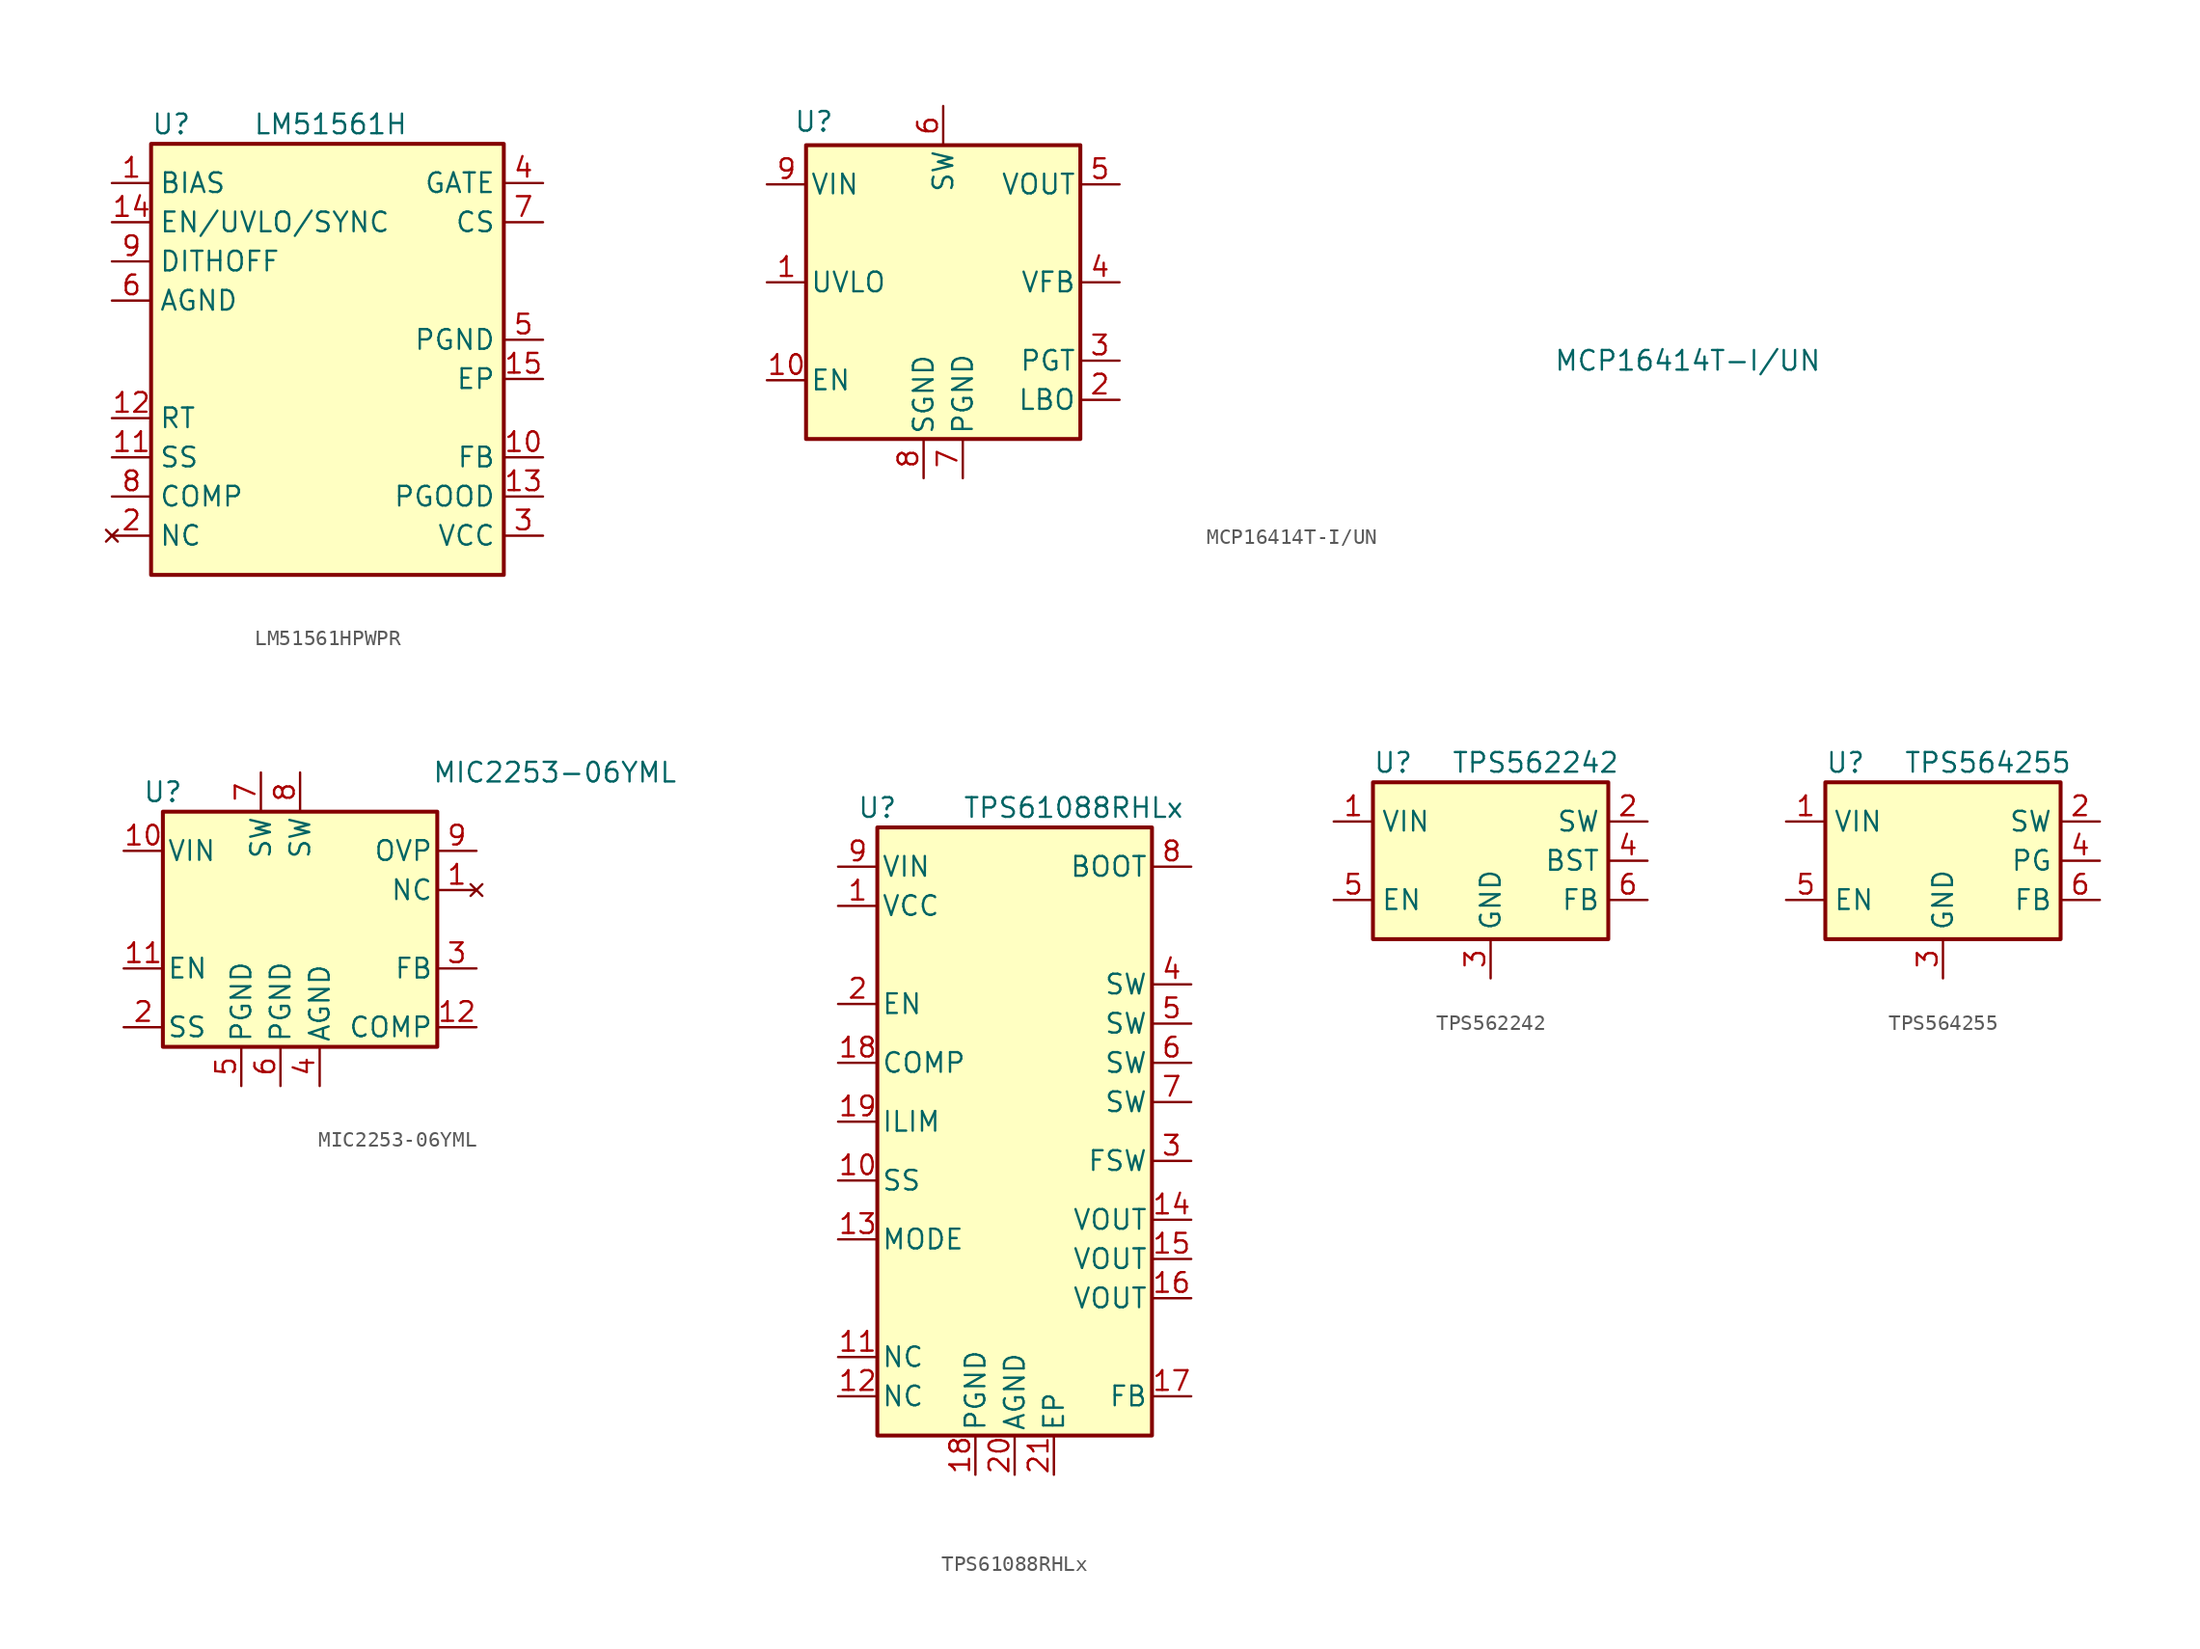
<source format=kicad_sym>
(kicad_symbol_lib
  (version 20241209)
  (generator "kicad_symbol_editor")
  (generator_version "9.0")
  (symbol "LM51561HPWPR"
    (property "Reference" "U"
      (at -11.43 13.97 0)
      (effects (font (size 1.27 1.27)) (justify left)))
    (property "Value" "LM51561H"
      (at -4.826 13.97 0)
      (effects (font (size 1.27 1.27)) (justify left)))
    (symbol "LM51561HPWPR_0_1"
      (rectangle (start -11.43 12.7) (end 11.43 -15.24) (stroke (width 0.254) (type default)) (fill (type background))))
    (symbol "LM51561HPWPR_1_1"
      (pin power_in line (at -13.97 10.16 0) (length 2.54) (name "BIAS" (effects (font (size 1.27 1.27)))) (number "1" (effects (font (size 1.27 1.27)))))
      (pin passive line (at -13.97 7.62 0) (length 2.54) (name "EN/UVLO/SYNC" (effects (font (size 1.27 1.27)))) (number "14" (effects (font (size 1.27 1.27)))))
      (pin passive line (at -13.97 5.08 0) (length 2.54) (name "DITHOFF" (effects (font (size 1.27 1.27)))) (number "9" (effects (font (size 1.27 1.27)))))
      (pin power_out line (at -13.97 2.54 0) (length 2.54) (name "AGND" (effects (font (size 1.27 1.27)))) (number "6" (effects (font (size 1.27 1.27)))))
      (pin passive line (at -13.97 -5.08 0) (length 2.54) (name "RT" (effects (font (size 1.27 1.27)))) (number "12" (effects (font (size 1.27 1.27)))))
      (pin passive line (at -13.97 -7.62 0) (length 2.54) (name "SS" (effects (font (size 1.27 1.27)))) (number "11" (effects (font (size 1.27 1.27)))))
      (pin output line (at -13.97 -10.16 0) (length 2.54) (name "COMP" (effects (font (size 1.27 1.27)))) (number "8" (effects (font (size 1.27 1.27)))))
      (pin no_connect line (at -13.97 -12.7 0) (length 2.54) (name "NC" (effects (font (size 1.27 1.27)))) (number "2" (effects (font (size 1.27 1.27)))))
      (pin output line (at 13.97 10.16 180) (length 2.54) (name "GATE" (effects (font (size 1.27 1.27)))) (number "4" (effects (font (size 1.27 1.27)))))
      (pin passive line (at 13.97 7.62 180) (length 2.54) (name "CS" (effects (font (size 1.27 1.27)))) (number "7" (effects (font (size 1.27 1.27)))))
      (pin power_out line (at 13.97 0 180) (length 2.54) (name "PGND" (effects (font (size 1.27 1.27)))) (number "5" (effects (font (size 1.27 1.27)))))
      (pin power_out line (at 13.97 -2.54 180) (length 2.54) (name "EP" (effects (font (size 1.27 1.27)))) (number "15" (effects (font (size 1.27 1.27)))))
      (pin passive line (at 13.97 -7.62 180) (length 2.54) (name "FB" (effects (font (size 1.27 1.27)))) (number "10" (effects (font (size 1.27 1.27)))))
      (pin open_collector line (at 13.97 -10.16 180) (length 2.54) (name "PGOOD" (effects (font (size 1.27 1.27)))) (number "13" (effects (font (size 1.27 1.27)))))
      (pin power_out line (at 13.97 -12.7 180) (length 2.54) (name "VCC" (effects (font (size 1.27 1.27)))) (number "3" (effects (font (size 1.27 1.27)))))))
  (symbol "MCP16414T-I/UN"
    (pin_names
      (offset 0.254))
    (property "Reference" "U"
      (at -8.382 9.144 0)
      (effects (font (size 1.27 1.27))))
    (property "Value" "MCP16414T-I/UN"
      (at 48.26 -6.35 0)
      (effects (font (size 1.27 1.27))))
    (symbol "MCP16414T-I/UN_0_1"
      (rectangle (start -8.89 7.62) (end 8.89 -11.43) (stroke (width 0.254) (type default)) (fill (type background))))
    (symbol "MCP16414T-I/UN_1_1"
      (pin power_in line (at -11.43 5.08 0) (length 2.54) (name "VIN" (effects (font (size 1.27 1.27)))) (number "9" (effects (font (size 1.27 1.27)))))
      (pin input line (at -11.43 -1.27 0) (length 2.54) (name "UVLO" (effects (font (size 1.27 1.27)))) (number "1" (effects (font (size 1.27 1.27)))))
      (pin input line (at -11.43 -7.62 0) (length 2.54) (name "EN" (effects (font (size 1.27 1.27)))) (number "10" (effects (font (size 1.27 1.27)))))
      (pin power_out line (at -1.27 -13.97 90) (length 2.54) (name "SGND" (effects (font (size 1.27 1.27)))) (number "8" (effects (font (size 1.27 1.27)))))
      (pin passive line (at 0 10.16 270) (length 2.54) (name "SW" (effects (font (size 1.27 1.27)))) (number "6" (effects (font (size 1.27 1.27)))))
      (pin power_out line (at 1.27 -13.97 90) (length 2.54) (name "PGND" (effects (font (size 1.27 1.27)))) (number "7" (effects (font (size 1.27 1.27)))))
      (pin power_out line (at 11.43 5.08 180) (length 2.54) (name "VOUT" (effects (font (size 1.27 1.27)))) (number "5" (effects (font (size 1.27 1.27)))))
      (pin passive line (at 11.43 -1.27 180) (length 2.54) (name "VFB" (effects (font (size 1.27 1.27)))) (number "4" (effects (font (size 1.27 1.27)))))
      (pin open_collector line (at 11.43 -6.35 180) (length 2.54) (name "PGT" (effects (font (size 1.27 1.27)))) (number "3" (effects (font (size 1.27 1.27)))))
      (pin open_collector line (at 11.43 -8.89 180) (length 2.54) (name "LBO" (effects (font (size 1.27 1.27)))) (number "2" (effects (font (size 1.27 1.27)))))))
  (symbol "MIC2253-06YML"
    (pin_names
      (offset 0.254))
    (property "Reference" "U"
      (at -7.62 8.89 0)
      (effects (font (size 1.27 1.27))))
    (property "Value" "MIC2253-06YML"
      (at 17.78 10.16 0)
      (effects (font (size 1.27 1.27))))
    (symbol "MIC2253-06YML_0_1"
      (rectangle (start -7.62 7.62) (end 10.16 -7.62) (stroke (width 0.254) (type default)) (fill (type background))))
    (symbol "MIC2253-06YML_1_1"
      (pin power_in line (at -10.16 5.08 0) (length 2.54) (name "VIN" (effects (font (size 1.27 1.27)))) (number "10" (effects (font (size 1.27 1.27)))))
      (pin input line (at -10.16 -2.54 0) (length 2.54) (name "EN" (effects (font (size 1.27 1.27)))) (number "11" (effects (font (size 1.27 1.27)))))
      (pin passive line (at -10.16 -6.35 0) (length 2.54) (name "SS" (effects (font (size 1.27 1.27)))) (number "2" (effects (font (size 1.27 1.27)))))
      (pin power_out line (at -2.54 -10.16 90) (length 2.54) (name "PGND" (effects (font (size 1.27 1.27)))) (number "5" (effects (font (size 1.27 1.27)))))
      (pin passive line (at -1.27 10.16 270) (length 2.54) (name "SW" (effects (font (size 1.27 1.27)))) (number "7" (effects (font (size 1.27 1.27)))))
      (pin power_out line (at 0 -10.16 90) (length 2.54) (name "PGND" (effects (font (size 1.27 1.27)))) (number "6" (effects (font (size 1.27 1.27)))))
      (pin passive line (at 1.27 10.16 270) (length 2.54) (name "SW" (effects (font (size 1.27 1.27)))) (number "8" (effects (font (size 1.27 1.27)))))
      (pin power_out line (at 2.54 -10.16 90) (length 2.54) (name "AGND" (effects (font (size 1.27 1.27)))) (number "4" (effects (font (size 1.27 1.27)))))
      (pin passive line (at 12.7 5.08 180) (length 2.54) (name "OVP" (effects (font (size 1.27 1.27)))) (number "9" (effects (font (size 1.27 1.27)))))
      (pin no_connect line (at 12.7 2.54 180) (length 2.54) (name "NC" (effects (font (size 1.27 1.27)))) (number "1" (effects (font (size 1.27 1.27)))))
      (pin passive line (at 12.7 -2.54 180) (length 2.54) (name "FB" (effects (font (size 1.27 1.27)))) (number "3" (effects (font (size 1.27 1.27)))))
      (pin passive line (at 12.7 -6.35 180) (length 2.54) (name "COMP" (effects (font (size 1.27 1.27)))) (number "12" (effects (font (size 1.27 1.27)))))))
  (symbol "TPS61088RHLx"
    (pin_names
      (offset 0.254))
    (property "Reference" "U"
      (at -8.89 20.32 0)
      (effects (font (size 1.27 1.27))))
    (property "Value" "TPS61088RHLx"
      (at 3.81 20.32 0)
      (effects (font (size 1.27 1.27))))
    (symbol "TPS61088RHLx_0_1"
      (rectangle (start -8.89 19.05) (end 8.89 -20.32) (stroke (width 0.254) (type default)) (fill (type background))))
    (symbol "TPS61088RHLx_1_1"
      (pin power_in line (at -11.43 16.51 0) (length 2.54) (name "VIN" (effects (font (size 1.27 1.27)))) (number "9" (effects (font (size 1.27 1.27)))))
      (pin power_in line (at -11.43 13.97 0) (length 2.54) (name "VCC" (effects (font (size 1.27 1.27)))) (number "1" (effects (font (size 1.27 1.27)))))
      (pin input line (at -11.43 7.62 0) (length 2.54) (name "EN" (effects (font (size 1.27 1.27)))) (number "2" (effects (font (size 1.27 1.27)))))
      (pin passive line (at -11.43 3.81 0) (length 2.54) (name "COMP" (effects (font (size 1.27 1.27)))) (number "18" (effects (font (size 1.27 1.27)))))
      (pin passive line (at -11.43 0 0) (length 2.54) (name "ILIM" (effects (font (size 1.27 1.27)))) (number "19" (effects (font (size 1.27 1.27)))))
      (pin passive line (at -11.43 -3.81 0) (length 2.54) (name "SS" (effects (font (size 1.27 1.27)))) (number "10" (effects (font (size 1.27 1.27)))))
      (pin passive line (at -11.43 -7.62 0) (length 2.54) (name "MODE" (effects (font (size 1.27 1.27)))) (number "13" (effects (font (size 1.27 1.27)))))
      (pin passive line (at -11.43 -15.24 0) (length 2.54) (name "NC" (effects (font (size 1.27 1.27)))) (number "11" (effects (font (size 1.27 1.27)))))
      (pin passive line (at -11.43 -17.78 0) (length 2.54) (name "NC" (effects (font (size 1.27 1.27)))) (number "12" (effects (font (size 1.27 1.27)))))
      (pin power_in line (at -2.54 -22.86 90) (length 2.54) (name "PGND" (effects (font (size 1.27 1.27)))) (number "18" (effects (font (size 1.27 1.27)))))
      (pin power_in line (at 0 -22.86 90) (length 2.54) (name "AGND" (effects (font (size 1.27 1.27)))) (number "20" (effects (font (size 1.27 1.27)))))
      (pin passive line (at 2.54 -22.86 90) (length 2.54) (name "EP" (effects (font (size 1.27 1.27)))) (number "21" (effects (font (size 1.27 1.27)))))
      (pin power_out line (at 11.43 16.51 180) (length 2.54) (name "BOOT" (effects (font (size 1.27 1.27)))) (number "8" (effects (font (size 1.27 1.27)))))
      (pin passive line (at 11.43 8.89 180) (length 2.54) (name "SW" (effects (font (size 1.27 1.27)))) (number "4" (effects (font (size 1.27 1.27)))))
      (pin passive line (at 11.43 6.35 180) (length 2.54) (name "SW" (effects (font (size 1.27 1.27)))) (number "5" (effects (font (size 1.27 1.27)))))
      (pin passive line (at 11.43 3.81 180) (length 2.54) (name "SW" (effects (font (size 1.27 1.27)))) (number "6" (effects (font (size 1.27 1.27)))))
      (pin passive line (at 11.43 1.27 180) (length 2.54) (name "SW" (effects (font (size 1.27 1.27)))) (number "7" (effects (font (size 1.27 1.27)))))
      (pin passive line (at 11.43 -2.54 180) (length 2.54) (name "FSW" (effects (font (size 1.27 1.27)))) (number "3" (effects (font (size 1.27 1.27)))))
      (pin power_out line (at 11.43 -6.35 180) (length 2.54) (name "VOUT" (effects (font (size 1.27 1.27)))) (number "14" (effects (font (size 1.27 1.27)))))
      (pin power_out line (at 11.43 -8.89 180) (length 2.54) (name "VOUT" (effects (font (size 1.27 1.27)))) (number "15" (effects (font (size 1.27 1.27)))))
      (pin power_out line (at 11.43 -11.43 180) (length 2.54) (name "VOUT" (effects (font (size 1.27 1.27)))) (number "16" (effects (font (size 1.27 1.27)))))
      (pin passive line (at 11.43 -17.78 180) (length 2.54) (name "FB" (effects (font (size 1.27 1.27)))) (number "17" (effects (font (size 1.27 1.27)))))))
  (symbol "TPS562242"
    (property "Reference" "U"
      (at -7.62 6.35 0)
      (effects (font (size 1.27 1.27)) (justify left)))
    (property "Value" "TPS562242"
      (at -2.54 6.35 0)
      (effects (font (size 1.27 1.27)) (justify left)))
    (symbol "TPS562242_0_1"
      (rectangle (start -7.62 5.08) (end 7.62 -5.08) (stroke (width 0.254) (type default)) (fill (type background))))
    (symbol "TPS562242_1_1"
      (pin power_in line (at -10.16 2.54 0) (length 2.54) (name "VIN" (effects (font (size 1.27 1.27)))) (number "1" (effects (font (size 1.27 1.27)))))
      (pin input line (at -10.16 -2.54 0) (length 2.54) (name "EN" (effects (font (size 1.27 1.27)))) (number "5" (effects (font (size 1.27 1.27)))))
      (pin power_in line (at 0 -7.62 90) (length 2.54) (name "GND" (effects (font (size 1.27 1.27)))) (number "3" (effects (font (size 1.27 1.27)))))
      (pin output line (at 10.16 2.54 180) (length 2.54) (name "SW" (effects (font (size 1.27 1.27)))) (number "2" (effects (font (size 1.27 1.27)))))
      (pin passive line (at 10.16 0 180) (length 2.54) (name "BST" (effects (font (size 1.27 1.27)))) (number "4" (effects (font (size 1.27 1.27)))))
      (pin input line (at 10.16 -2.54 180) (length 2.54) (name "FB" (effects (font (size 1.27 1.27)))) (number "6" (effects (font (size 1.27 1.27)))))))
  (symbol "TPS564255"
    (property "Reference" "U"
      (at -7.62 6.35 0)
      (effects (font (size 1.27 1.27)) (justify left)))
    (property "Value" "TPS564255"
      (at -2.54 6.35 0)
      (effects (font (size 1.27 1.27)) (justify left)))
    (symbol "TPS564255_0_1"
      (rectangle (start -7.62 5.08) (end 7.62 -5.08) (stroke (width 0.254) (type default)) (fill (type background))))
    (symbol "TPS564255_1_1"
      (pin power_in line (at -10.16 2.54 0) (length 2.54) (name "VIN" (effects (font (size 1.27 1.27)))) (number "1" (effects (font (size 1.27 1.27)))))
      (pin input line (at -10.16 -2.54 0) (length 2.54) (name "EN" (effects (font (size 1.27 1.27)))) (number "5" (effects (font (size 1.27 1.27)))))
      (pin power_in line (at 0 -7.62 90) (length 2.54) (name "GND" (effects (font (size 1.27 1.27)))) (number "3" (effects (font (size 1.27 1.27)))))
      (pin output line (at 10.16 2.54 180) (length 2.54) (name "SW" (effects (font (size 1.27 1.27)))) (number "2" (effects (font (size 1.27 1.27)))))
      (pin open_collector line (at 10.16 0 180) (length 2.54) (name "PG" (effects (font (size 1.27 1.27)))) (number "4" (effects (font (size 1.27 1.27)))))
      (pin input line (at 10.16 -2.54 180) (length 2.54) (name "FB" (effects (font (size 1.27 1.27)))) (number "6" (effects (font (size 1.27 1.27))))))))
</source>
